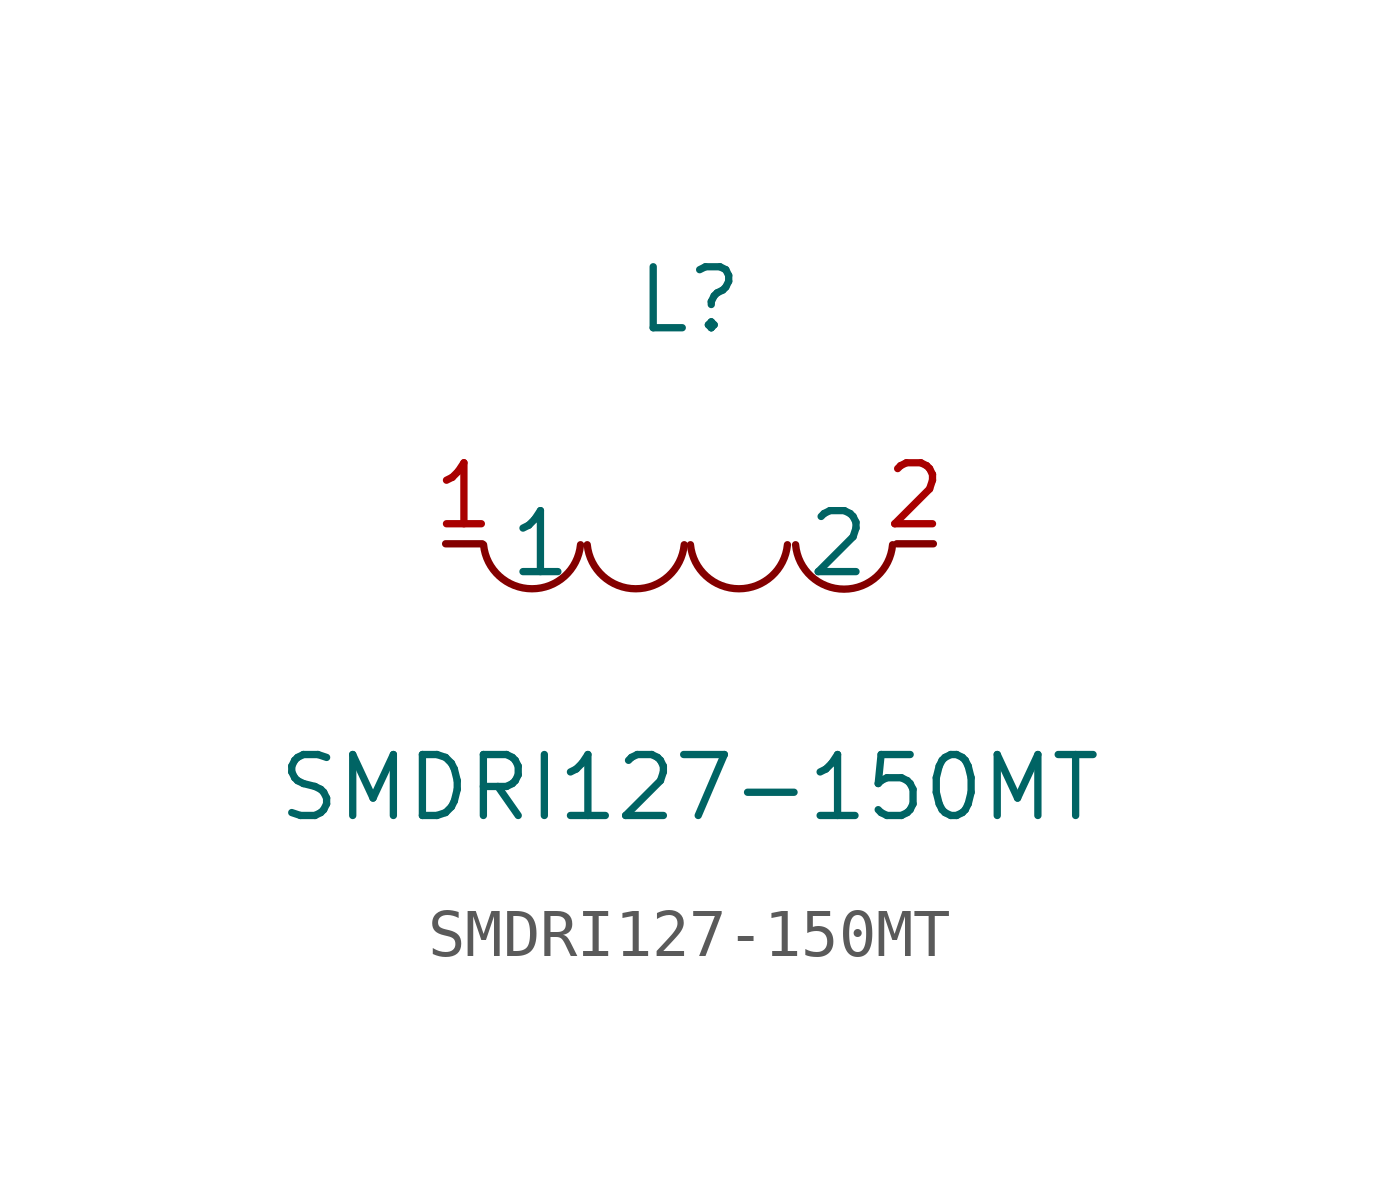
<source format=kicad_sym>
(kicad_symbol_lib
  (version 20211014)
  (generator https://github.com/uPesy/easyeda2kicad.py)
  (symbol "SMDRI127-150MT"
    (property "Reference" "L"
      (at 0 5.08 0)
      (effects (font (size 1.27 1.27))))
    (property "Value" "SMDRI127-150MT"
      (at 0 -5.08 0)
      (effects (font (size 1.27 1.27))))
    (symbol "SMDRI127-150MT_0_1"
      (arc (start -4.29 -0.02) (mid -2.52 -0.79) (end -2.27 -0.02) (stroke (width 0) (type default) (color 0 0 0 0)) (fill (type none)))
      (arc (start -2.13 -0.02) (mid -0.36 -0.79) (end -0.11 -0.02) (stroke (width 0) (type default) (color 0 0 0 0)) (fill (type none)))
      (arc (start 0.02 -0.02) (mid 1.79 -0.79) (end 2.04 -0.02) (stroke (width 0) (type default) (color 0 0 0 0)) (fill (type none)))
      (arc (start 2.21 -0.02) (mid 3.30 -1.12) (end 4.23 -0.02) (stroke (width 0) (type default) (color 0 0 0 0)) (fill (type none)))
      (pin unspecified line (at 5.08 -0.00 180) (length 0.762) (name "2" (effects (font (size 1.27 1.27)))) (number "2" (effects (font (size 1.27 1.27)))))
      (pin unspecified line (at -5.08 -0.00 0) (length 0.762) (name "1" (effects (font (size 1.27 1.27)))) (number "1" (effects (font (size 1.27 1.27))))))))
</source>
